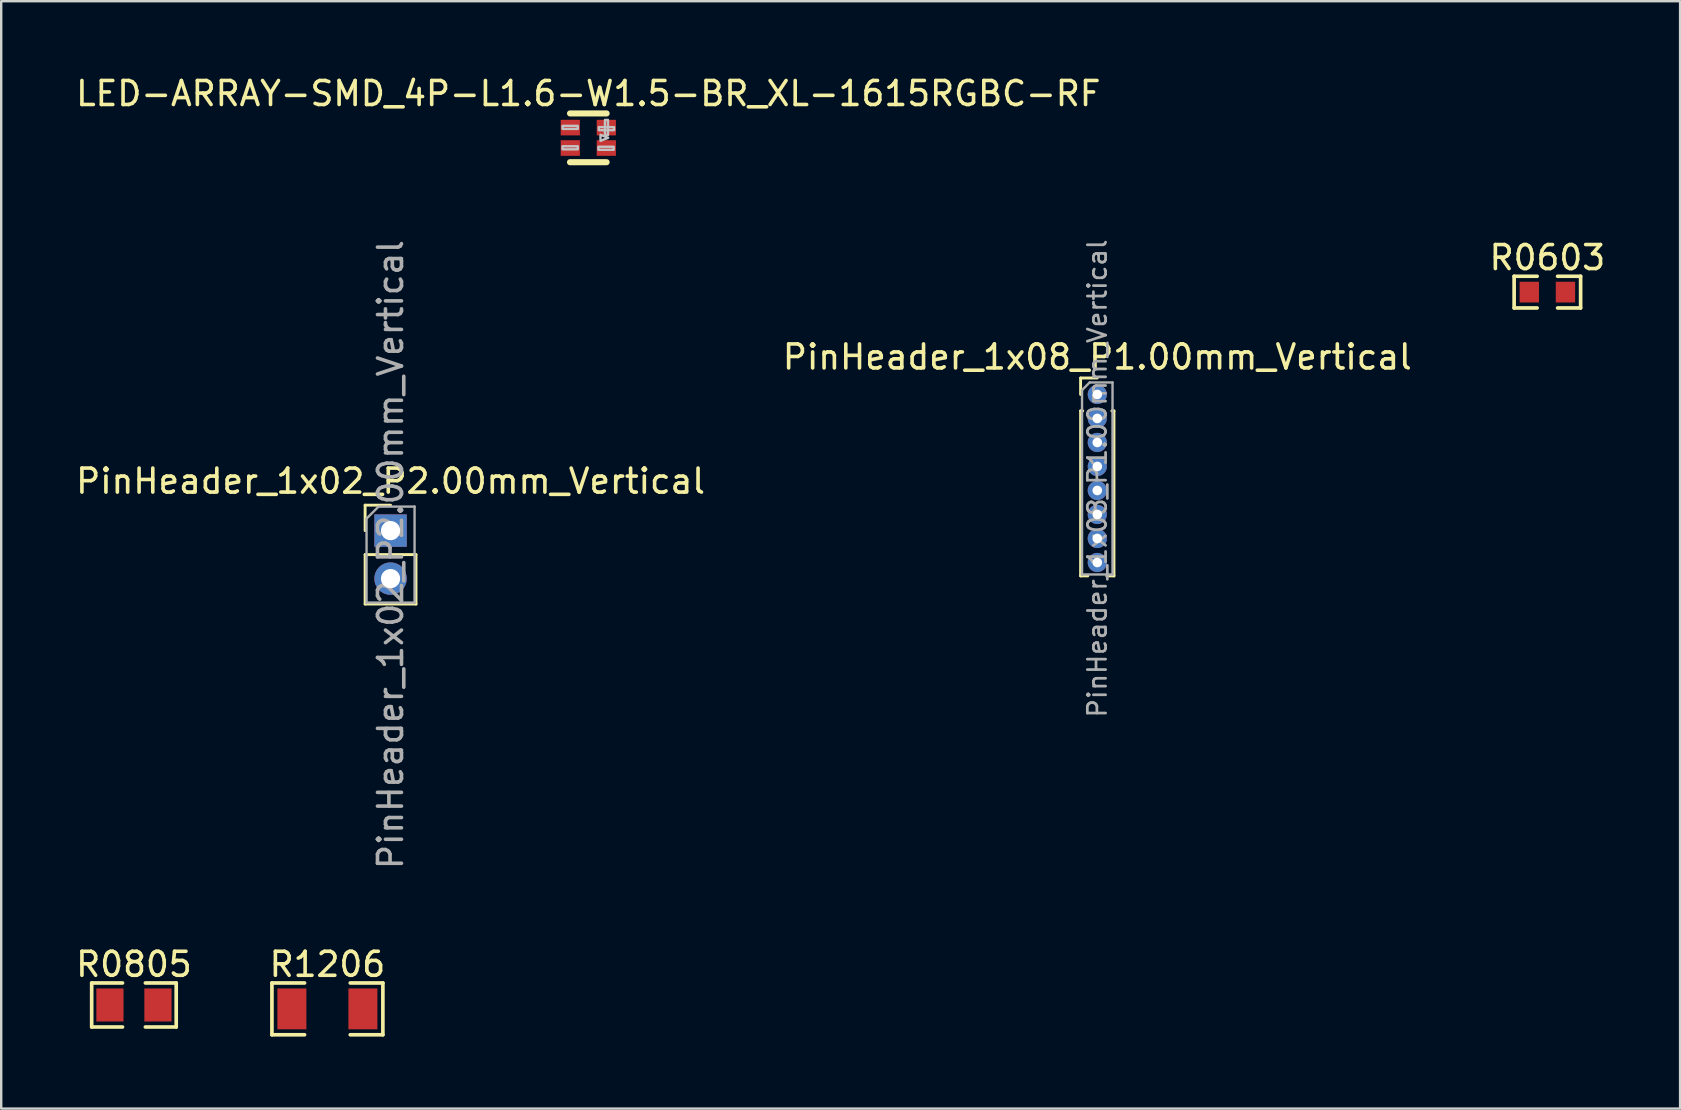
<source format=kicad_pcb>
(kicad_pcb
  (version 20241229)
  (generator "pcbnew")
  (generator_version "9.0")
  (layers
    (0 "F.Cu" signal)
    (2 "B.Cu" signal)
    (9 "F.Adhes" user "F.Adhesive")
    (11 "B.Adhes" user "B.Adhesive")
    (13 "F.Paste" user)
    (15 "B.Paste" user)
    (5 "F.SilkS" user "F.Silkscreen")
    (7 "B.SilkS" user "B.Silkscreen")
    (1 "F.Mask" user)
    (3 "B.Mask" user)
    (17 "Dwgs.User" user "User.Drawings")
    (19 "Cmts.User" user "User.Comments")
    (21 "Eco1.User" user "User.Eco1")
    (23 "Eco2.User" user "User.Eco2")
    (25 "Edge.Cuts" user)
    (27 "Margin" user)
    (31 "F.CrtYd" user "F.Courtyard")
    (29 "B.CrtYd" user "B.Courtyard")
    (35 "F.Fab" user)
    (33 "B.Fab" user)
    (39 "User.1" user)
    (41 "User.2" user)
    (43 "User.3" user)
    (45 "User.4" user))
  (footprint "R1206"
    (layer "F.Cu")
    (at 10.589 38.978)
    (property "Reference" "R1206" (at 0 -1.855 0) (unlocked yes) (layer "F.SilkS") (effects (font (size 1 1) (thickness 0.15))))
    (fp_line (start -2.311 -1.079) (end -0.951 -1.079) (stroke (width 0.152) (type default)) (layer "F.SilkS"))
    (fp_line (start -2.311 1.079) (end -2.311 -1.079) (stroke (width 0.152) (type default)) (layer "F.SilkS"))
    (fp_line (start -0.951 1.079) (end -2.311 1.079) (stroke (width 0.152) (type default)) (layer "F.SilkS"))
    (fp_line (start 0.951 1.079) (end 2.311 1.079) (stroke (width 0.152) (type default)) (layer "F.SilkS"))
    (fp_line (start 2.311 -1.079) (end 0.951 -1.079) (stroke (width 0.152) (type default)) (layer "F.SilkS"))
    (fp_line (start 2.311 1.079) (end 2.311 -1.079) (stroke (width 0.152) (type default)) (layer "F.SilkS"))
    (fp_poly (pts (xy -0.875 0.75) (xy -0.875 0.389) (xy -0.975 0.289) (xy -1.185 0.289) (xy -1.286 0.189) (xy -1.286 -0.189) (xy -1.185 -0.289) (xy -0.975 -0.289) (xy -0.875 -0.389) (xy -0.875 -0.75) (xy -0.975 -0.851) (xy -1.982 -0.851) (xy -2.083 -0.75) (xy -2.083 0.75) (xy -1.982 0.851) (xy -0.975 0.851)) (stroke (width 0) (type default)) (fill yes) (layer "F.Paste"))
    (fp_poly (pts (xy 0.875 0.75) (xy 0.875 0.389) (xy 0.975 0.289) (xy 1.185 0.289) (xy 1.286 0.189) (xy 1.286 -0.189) (xy 1.185 -0.289) (xy 0.975 -0.289) (xy 0.875 -0.389) (xy 0.875 -0.75) (xy 0.975 -0.851) (xy 1.982 -0.851) (xy 2.083 -0.75) (xy 2.083 0.75) (xy 1.982 0.851) (xy 0.975 0.851)) (stroke (width 0) (type default)) (fill yes) (layer "F.Paste"))
    (fp_poly (pts (xy -1.55 0.787) (xy -1.55 -0.787) (xy -1.1 -0.787) (xy -1.1 0.787)) (stroke (width 0.1) (type default)) (fill no) (layer "User.1"))
    (fp_poly (pts (xy 1.55 0.787) (xy 1.55 -0.787) (xy 1.1 -0.787) (xy 1.1 0.787)) (stroke (width 0.1) (type default)) (fill no) (layer "User.1"))
    (fp_line (start -1.55 -0.787) (end 1.55 -0.787) (stroke (width 0.051) (type default)) (layer "User.2"))
    (fp_line (start -1.55 0.787) (end -1.55 -0.787) (stroke (width 0.051) (type default)) (layer "User.2"))
    (fp_line (start 1.55 -0.787) (end 1.55 0.787) (stroke (width 0.051) (type default)) (layer "User.2"))
    (fp_line (start 1.55 0.787) (end -1.55 0.787) (stroke (width 0.051) (type default)) (layer "User.2"))
    (fp_poly (pts (xy -1.49 0.787) (xy -1.508 0.745) (xy -1.55 0.728) (xy -1.592 0.745) (xy -1.61 0.787) (xy -1.592 0.83) (xy -1.55 0.848) (xy -1.508 0.83)) (stroke (width 0.1) (type default)) (fill no) (layer "User.3"))
    (pad "1" smd rect (at -1.479 0) (size 1.208 1.701) (layers "F.Cu" "F.Mask" "F.Paste"))
    (pad "2" smd rect (at 1.479 0) (size 1.208 1.701) (layers "F.Cu" "F.Mask" "F.Paste")))
  (footprint "PinHeader_1x08_P1.00mm_Vertical"
    (layer "F.Cu")
    (at 42.661 13.382)
    (property "Reference" "PinHeader_1x08_P1.00mm_Vertical" (at 0 -1.56 0) (layer "F.SilkS") (effects (font (size 1 1) (thickness 0.15))))
    (attr through_hole)
    (fp_line (start -0.695 -0.685) (end 0 -0.685) (stroke (width 0.12) (type solid)) (layer "F.SilkS"))
    (fp_line (start -0.695 0) (end -0.695 -0.685) (stroke (width 0.12) (type solid)) (layer "F.SilkS"))
    (fp_line (start -0.695 0.685) (end -0.695 7.56) (stroke (width 0.12) (type solid)) (layer "F.SilkS"))
    (fp_line (start -0.695 0.685) (end -0.608 0.685) (stroke (width 0.12) (type solid)) (layer "F.SilkS"))
    (fp_line (start -0.695 7.56) (end -0.394 7.56) (stroke (width 0.12) (type solid)) (layer "F.SilkS"))
    (fp_line (start 0.394 7.56) (end 0.695 7.56) (stroke (width 0.12) (type solid)) (layer "F.SilkS"))
    (fp_line (start 0.608 0.685) (end 0.695 0.685) (stroke (width 0.12) (type solid)) (layer "F.SilkS"))
    (fp_line (start 0.695 0.685) (end 0.695 7.56) (stroke (width 0.12) (type solid)) (layer "F.SilkS"))
    (fp_line (start -0.635 -0.182) (end -0.318 -0.5) (stroke (width 0.1) (type solid)) (layer "F.Fab"))
    (fp_line (start -0.635 7.5) (end -0.635 -0.182) (stroke (width 0.1) (type solid)) (layer "F.Fab"))
    (fp_line (start -0.318 -0.5) (end 0.635 -0.5) (stroke (width 0.1) (type solid)) (layer "F.Fab"))
    (fp_line (start 0.635 -0.5) (end 0.635 7.5) (stroke (width 0.1) (type solid)) (layer "F.Fab"))
    (fp_line (start 0.635 7.5) (end -0.635 7.5) (stroke (width 0.1) (type solid)) (layer "F.Fab"))
    (fp_text user "${REFERENCE}" (at 0 3.5 90) (layer "F.Fab") (effects (font (size 0.76 0.76) (thickness 0.114))))
    (pad "1" thru_hole circle (at 0 0) (size 0.8 0.8) (drill 0.4) (layers "*.Cu" "*.Mask"))
    (pad "2" thru_hole circle (at 0 1) (size 0.8 0.8) (drill 0.4) (layers "*.Cu" "*.Mask"))
    (pad "3" thru_hole circle (at 0 2) (size 0.8 0.8) (drill 0.4) (layers "*.Cu" "*.Mask"))
    (pad "4" thru_hole circle (at 0 3) (size 0.8 0.8) (drill 0.4) (layers "*.Cu" "*.Mask"))
    (pad "5" thru_hole circle (at 0 4) (size 0.8 0.8) (drill 0.4) (layers "*.Cu" "*.Mask"))
    (pad "6" thru_hole circle (at 0 5) (size 0.8 0.8) (drill 0.4) (layers "*.Cu" "*.Mask"))
    (pad "7" thru_hole circle (at 0 6) (size 0.8 0.8) (drill 0.4) (layers "*.Cu" "*.Mask"))
    (pad "8" thru_hole circle (at 0 7) (size 0.8 0.8) (drill 0.4) (layers "*.Cu" "*.Mask")))
  (footprint "LED-ARRAY-SMD_4P-L1.6-W1.5-BR_XL-1615RGBC-RF"
    (layer "F.Cu")
    (at 21.458 2.691)
    (property "Reference" "LED-ARRAY-SMD_4P-L1.6-W1.5-BR_XL-1615RGBC-RF" (at 0 -1.843 0) (layer "F.SilkS") (effects (font (size 1 1) (thickness 0.15))))
    (fp_line (start -0.762 -1.016) (end 0.762 -1.016) (stroke (width 0.254) (type default)) (layer "F.SilkS"))
    (fp_line (start 0.762 1.016) (end -0.762 1.016) (stroke (width 0.254) (type default)) (layer "F.SilkS"))
    (fp_poly (pts (xy 0.826 0) (xy 0.508 0.127) (xy 0.508 -0.127)) (stroke (width 0.1) (type default)) (fill no) (layer "Dwgs.User"))
    (fp_poly (pts (xy -0.439 -0.371) (xy -1.074 -0.371) (xy -1.074 -0.498) (xy -0.439 -0.498)) (stroke (width 0.1) (type default)) (fill no) (layer "Dwgs.User"))
    (fp_poly (pts (xy -0.439 0.479) (xy -1.074 0.479) (xy -1.074 0.352) (xy -0.439 0.352)) (stroke (width 0.1) (type default)) (fill no) (layer "Dwgs.User"))
    (fp_poly (pts (xy 0.82 -0.746) (xy 0.82 -0.111) (xy 0.693 -0.111) (xy 0.693 -0.746)) (stroke (width 0.1) (type default)) (fill no) (layer "Dwgs.User"))
    (fp_poly (pts (xy 1.056 0.499) (xy 0.421 0.499) (xy 0.421 0.372) (xy 1.056 0.372)) (stroke (width 0.1) (type default)) (fill no) (layer "Dwgs.User"))
    (fp_poly (pts (xy 1.072 -0.318) (xy 0.437 -0.318) (xy 0.437 -0.445) (xy 1.072 -0.445)) (stroke (width 0.1) (type default)) (fill no) (layer "Dwgs.User"))
    (fp_poly (pts (xy -0.4 -0.725) (xy -0.4 -0.125) (xy -0.8 -0.125) (xy -0.8 -0.725)) (stroke (width 0.1) (type default)) (fill no) (layer "User.1"))
    (fp_poly (pts (xy -0.4 0.125) (xy -0.4 0.725) (xy -0.8 0.725) (xy -0.8 0.125)) (stroke (width 0.1) (type default)) (fill no) (layer "User.1"))
    (fp_poly (pts (xy 0.8 -0.725) (xy 0.8 -0.125) (xy 0.4 -0.125) (xy 0.4 -0.725)) (stroke (width 0.1) (type default)) (fill no) (layer "User.1"))
    (fp_poly (pts (xy 0.8 0.125) (xy 0.8 0.725) (xy 0.4 0.725) (xy 0.4 0.125)) (stroke (width 0.1) (type default)) (fill no) (layer "User.1"))
    (fp_line (start -0.8 -0.75) (end 0.8 -0.75) (stroke (width 0.051) (type default)) (layer "User.2"))
    (fp_line (start -0.8 0.75) (end -0.8 -0.75) (stroke (width 0.051) (type default)) (layer "User.2"))
    (fp_line (start 0.8 -0.75) (end 0.8 0.75) (stroke (width 0.051) (type default)) (layer "User.2"))
    (fp_line (start 0.8 0.75) (end -0.8 0.75) (stroke (width 0.051) (type default)) (layer "User.2"))
    (fp_poly (pts (xy 0.86 0.75) (xy 0.842 0.708) (xy 0.8 0.69) (xy 0.758 0.708) (xy 0.74 0.75) (xy 0.758 0.792) (xy 0.8 0.81) (xy 0.842 0.792)) (stroke (width 0.1) (type default)) (fill no) (layer "User.3"))
    (pad "1" smd rect (at 0.75 0.425 180) (size 0.8 0.65) (layers "F.Cu" "F.Mask" "F.Paste"))
    (pad "2" smd rect (at 0.75 -0.425 180) (size 0.8 0.65) (layers "F.Cu" "F.Mask" "F.Paste"))
    (pad "3" smd rect (at -0.75 -0.425 180) (size 0.8 0.65) (layers "F.Cu" "F.Mask" "F.Paste"))
    (pad "4" smd rect (at -0.75 0.425 180) (size 0.8 0.65) (layers "F.Cu" "F.Mask" "F.Paste")))
  (footprint "R0805"
    (layer "F.Cu")
    (at 2.53 38.816)
    (property "Reference" "R0805" (at 0 -1.693 0) (unlocked yes) (layer "F.SilkS") (effects (font (size 1 1) (thickness 0.15))))
    (fp_line (start -1.761 -0.917) (end -0.476 -0.917) (stroke (width 0.152) (type default)) (layer "F.SilkS"))
    (fp_line (start -1.761 0.917) (end -1.761 -0.917) (stroke (width 0.152) (type default)) (layer "F.SilkS"))
    (fp_line (start -0.476 0.917) (end -1.761 0.917) (stroke (width 0.152) (type default)) (layer "F.SilkS"))
    (fp_line (start 0.476 0.917) (end 1.761 0.917) (stroke (width 0.152) (type default)) (layer "F.SilkS"))
    (fp_line (start 1.761 -0.917) (end 0.476 -0.917) (stroke (width 0.152) (type default)) (layer "F.SilkS"))
    (fp_line (start 1.761 0.917) (end 1.761 -0.917) (stroke (width 0.152) (type default)) (layer "F.SilkS"))
    (fp_poly (pts (xy -1.7 0.64) (xy -1.7 -0.64) (xy -1.65 -0.69) (xy -0.5 -0.69) (xy -0.45 -0.64) (xy -0.445 -0.23) (xy -0.895 -0.23) (xy -0.895 0.22) (xy -0.455 0.22) (xy -0.45 0.64) (xy -0.5 0.69) (xy -1.65 0.69)) (stroke (width 0) (type default)) (fill yes) (layer "F.Paste"))
    (fp_poly (pts (xy 0.45 0.64) (xy 0.45 0.22) (xy 0.895 0.22) (xy 0.895 -0.23) (xy 0.455 -0.23) (xy 0.45 -0.64) (xy 0.5 -0.69) (xy 1.65 -0.69) (xy 1.7 -0.64) (xy 1.7 0.64) (xy 1.65 0.69) (xy 0.5 0.69)) (stroke (width 0) (type default)) (fill yes) (layer "F.Paste"))
    (fp_poly (pts (xy -1 0.637) (xy -1 -0.637) (xy -0.6 -0.637) (xy -0.6 0.637)) (stroke (width 0.1) (type default)) (fill no) (layer "User.1"))
    (fp_poly (pts (xy 1 0.637) (xy 1 -0.637) (xy 0.6 -0.637) (xy 0.6 0.637)) (stroke (width 0.1) (type default)) (fill no) (layer "User.1"))
    (fp_line (start -1 -0.637) (end 1 -0.637) (stroke (width 0.051) (type default)) (layer "User.2"))
    (fp_line (start -1 0.637) (end -1 -0.637) (stroke (width 0.051) (type default)) (layer "User.2"))
    (fp_line (start 1 -0.637) (end 1 0.637) (stroke (width 0.051) (type default)) (layer "User.2"))
    (fp_line (start 1 0.637) (end -1 0.637) (stroke (width 0.051) (type default)) (layer "User.2"))
    (fp_poly (pts (xy -0.94 0.637) (xy -0.958 0.595) (xy -1 0.578) (xy -1.042 0.595) (xy -1.06 0.637) (xy -1.042 0.68) (xy -1 0.698) (xy -0.958 0.68)) (stroke (width 0.1) (type default)) (fill no) (layer "User.3"))
    (pad "1" smd rect (at -1 0) (size 1.133 1.377) (layers "F.Cu" "F.Mask" "F.Paste"))
    (pad "2" smd rect (at 1 0) (size 1.133 1.377) (layers "F.Cu" "F.Mask" "F.Paste")))
  (footprint "PinHeader_1x02_P2.00mm_Vertical"
    (layer "F.Cu")
    (at 13.22 19.054)
    (property "Reference" "PinHeader_1x02_P2.00mm_Vertical" (at 0 -2.06 0) (layer "F.SilkS") (effects (font (size 1 1) (thickness 0.15))))
    (attr through_hole)
    (fp_line (start -1.06 -1.06) (end 0 -1.06) (stroke (width 0.12) (type solid)) (layer "F.SilkS"))
    (fp_line (start -1.06 0) (end -1.06 -1.06) (stroke (width 0.12) (type solid)) (layer "F.SilkS"))
    (fp_line (start -1.06 1) (end -1.06 3.06) (stroke (width 0.12) (type solid)) (layer "F.SilkS"))
    (fp_line (start -1.06 1) (end 1.06 1) (stroke (width 0.12) (type solid)) (layer "F.SilkS"))
    (fp_line (start -1.06 3.06) (end 1.06 3.06) (stroke (width 0.12) (type solid)) (layer "F.SilkS"))
    (fp_line (start 1.06 1) (end 1.06 3.06) (stroke (width 0.12) (type solid)) (layer "F.SilkS"))
    (fp_line (start -1 -0.5) (end -0.5 -1) (stroke (width 0.1) (type solid)) (layer "F.Fab"))
    (fp_line (start -1 3) (end -1 -0.5) (stroke (width 0.1) (type solid)) (layer "F.Fab"))
    (fp_line (start -0.5 -1) (end 1 -1) (stroke (width 0.1) (type solid)) (layer "F.Fab"))
    (fp_line (start 1 -1) (end 1 3) (stroke (width 0.1) (type solid)) (layer "F.Fab"))
    (fp_line (start 1 3) (end -1 3) (stroke (width 0.1) (type solid)) (layer "F.Fab"))
    (fp_text user "${REFERENCE}" (at 0 1 90) (layer "F.Fab") (effects (font (size 1 1) (thickness 0.15))))
    (pad "1" thru_hole rect (at 0 0) (size 1.35 1.35) (drill 0.8) (layers "*.Cu" "*.Mask"))
    (pad "2" thru_hole oval (at 0 2) (size 1.35 1.35) (drill 0.8) (layers "*.Cu" "*.Mask")))
  (footprint "R0603"
    (layer "F.Cu")
    (at 61.411 9.119)
    (property "Reference" "R0603" (at 0 -1.437 0) (unlocked yes) (layer "F.SilkS") (effects (font (size 1 1) (thickness 0.15))))
    (fp_line (start -1.385 -0.66) (end -0.426 -0.66) (stroke (width 0.152) (type default)) (layer "F.SilkS"))
    (fp_line (start -1.385 0.66) (end -1.385 -0.66) (stroke (width 0.152) (type default)) (layer "F.SilkS"))
    (fp_line (start -0.426 0.66) (end -1.385 0.66) (stroke (width 0.152) (type default)) (layer "F.SilkS"))
    (fp_line (start 0.426 0.66) (end 1.385 0.66) (stroke (width 0.152) (type default)) (layer "F.SilkS"))
    (fp_line (start 1.385 -0.66) (end 0.426 -0.66) (stroke (width 0.152) (type default)) (layer "F.SilkS"))
    (fp_line (start 1.385 0.66) (end 1.385 -0.66) (stroke (width 0.152) (type default)) (layer "F.SilkS"))
    (fp_poly (pts (xy -0.355 -0.4) (xy -0.355 -0.172) (xy -0.735 -0.172) (xy -0.735 0.158) (xy -0.355 0.158) (xy -0.355 0.4) (xy -0.405 0.45) (xy -1.195 0.45) (xy -1.245 0.4) (xy -1.245 -0.4) (xy -1.195 -0.45) (xy -0.405 -0.45)) (stroke (width 0) (type default)) (fill yes) (layer "F.Paste"))
    (fp_poly (pts (xy 1.195 -0.45) (xy 0.395 -0.45) (xy 0.345 -0.4) (xy 0.345 -0.172) (xy 0.715 -0.172) (xy 0.715 0.158) (xy 0.345 0.158) (xy 0.345 0.4) (xy 0.395 0.45) (xy 1.195 0.45) (xy 1.245 0.4) (xy 1.245 -0.4)) (stroke (width 0) (type default)) (fill yes) (layer "F.Paste"))
    (fp_poly (pts (xy -0.8 0.4) (xy -0.8 -0.4) (xy -0.5 -0.4) (xy -0.5 0.4)) (stroke (width 0.1) (type default)) (fill no) (layer "User.1"))
    (fp_poly (pts (xy 0.8 0.4) (xy 0.8 -0.4) (xy 0.5 -0.4) (xy 0.5 0.4)) (stroke (width 0.1) (type default)) (fill no) (layer "User.1"))
    (fp_line (start -0.8 -0.4) (end 0.8 -0.4) (stroke (width 0.051) (type default)) (layer "User.2"))
    (fp_line (start -0.8 0.4) (end -0.8 -0.4) (stroke (width 0.051) (type default)) (layer "User.2"))
    (fp_line (start 0.8 -0.4) (end 0.8 0.4) (stroke (width 0.051) (type default)) (layer "User.2"))
    (fp_line (start 0.8 0.4) (end -0.8 0.4) (stroke (width 0.051) (type default)) (layer "User.2"))
    (fp_poly (pts (xy -0.74 0.4) (xy -0.758 0.358) (xy -0.8 0.34) (xy -0.842 0.358) (xy -0.86 0.4) (xy -0.842 0.442) (xy -0.8 0.46) (xy -0.758 0.442)) (stroke (width 0.1) (type default)) (fill no) (layer "User.3"))
    (pad "1" smd rect (at -0.753 0) (size 0.806 0.864) (layers "F.Cu" "F.Mask" "F.Paste"))
    (pad "2" smd rect (at 0.753 0) (size 0.806 0.864) (layers "F.Cu" "F.Mask" "F.Paste")))
  (gr_rect
    (start -3 -3)
    (end 66.94 43.133)
    (stroke (width 0.1) (type default))
    (fill no)
    (layer "Edge.Cuts")))
</source>
